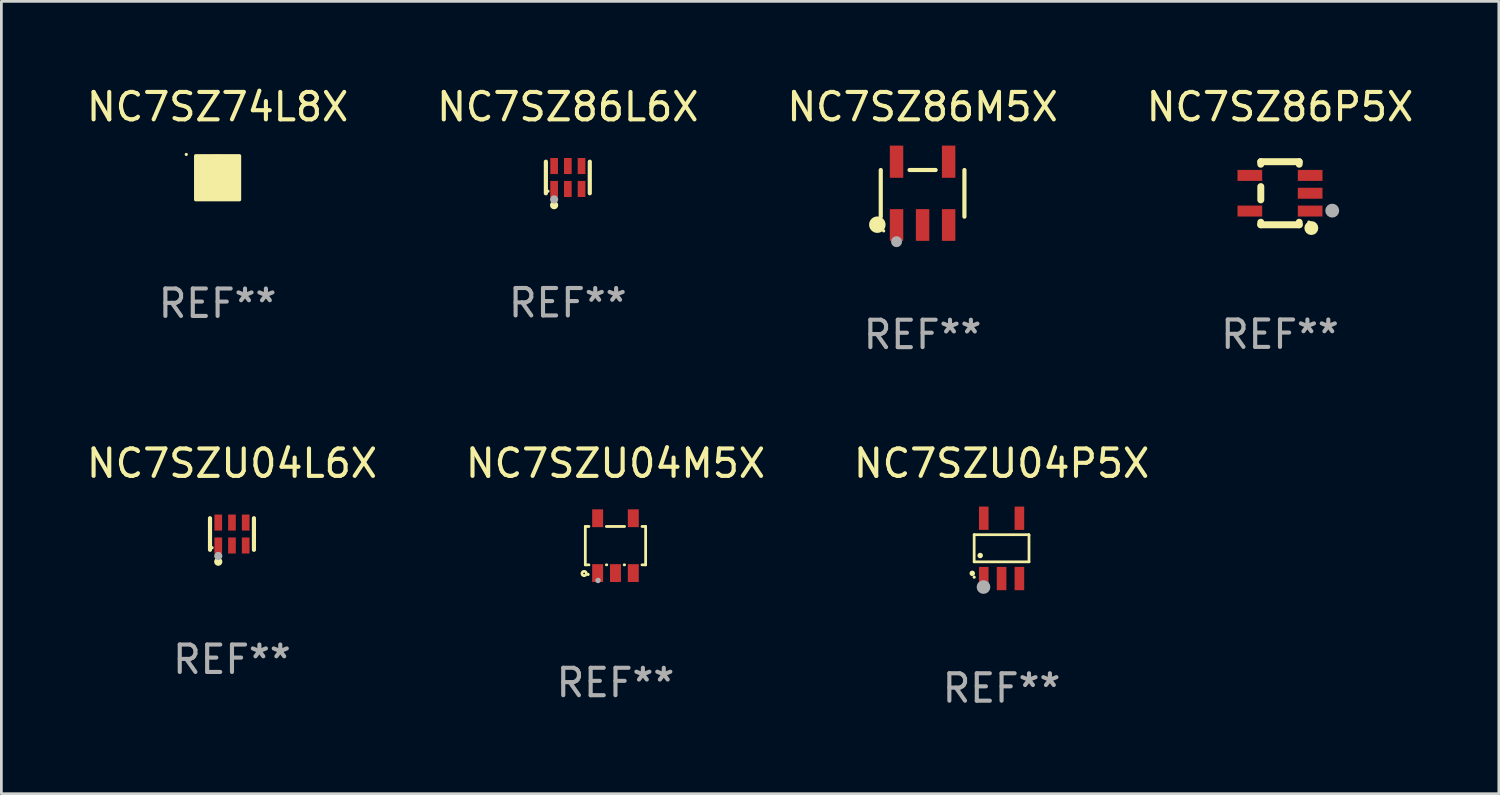
<source format=kicad_pcb>
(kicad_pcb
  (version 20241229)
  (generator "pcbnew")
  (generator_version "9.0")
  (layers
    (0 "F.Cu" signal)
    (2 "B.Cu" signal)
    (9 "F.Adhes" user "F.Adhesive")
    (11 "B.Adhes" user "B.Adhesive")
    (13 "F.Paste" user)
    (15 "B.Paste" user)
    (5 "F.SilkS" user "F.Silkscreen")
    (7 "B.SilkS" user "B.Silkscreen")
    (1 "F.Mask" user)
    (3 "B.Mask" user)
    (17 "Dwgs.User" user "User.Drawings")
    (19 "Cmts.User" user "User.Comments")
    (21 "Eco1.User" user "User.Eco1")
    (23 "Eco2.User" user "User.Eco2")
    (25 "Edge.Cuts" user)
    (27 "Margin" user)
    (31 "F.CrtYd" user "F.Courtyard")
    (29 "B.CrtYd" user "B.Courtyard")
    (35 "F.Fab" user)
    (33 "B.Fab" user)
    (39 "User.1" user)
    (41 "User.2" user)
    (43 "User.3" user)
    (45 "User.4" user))
  (footprint "NC7SZ86L6X"
    (layer "F.Cu")
    (at 17.661 3.424)
    (property "Reference" "NC7SZ86L6X" (at 0 -2.576 0) (layer "F.SilkS") (effects (font (size 1 1) (thickness 0.15))))
    (attr through_hole)
    (fp_line (start -0.801 0.576) (end -0.801 -0.576) (stroke (width 0.152) (type solid)) (layer "F.SilkS"))
    (fp_line (start 0.801 0.576) (end 0.801 -0.576) (stroke (width 0.152) (type solid)) (layer "F.SilkS"))
    (fp_circle (center -0.725 0.5) (end -0.695 0.5) (stroke (width 0.06) (type solid)) (fill no) (layer "F.SilkS"))
    (fp_circle (center -0.5 1.01) (end -0.425 1.01) (stroke (width 0.15) (type solid)) (fill no) (layer "F.SilkS"))
    (fp_circle (center -0.5 0.8) (end -0.425 0.8) (stroke (width 0.15) (type solid)) (fill no) (layer "F.Fab"))
    (fp_text user "REF**" (at 0 4.576 0) (layer "F.Fab") (effects (font (size 1 1) (thickness 0.15))))
    (pad "1" smd rect (at -0.5 0.418) (size 0.28 0.585) (layers "F.Cu" "F.Mask" "F.Paste"))
    (pad "2" smd rect (at 0 0.418) (size 0.28 0.585) (layers "F.Cu" "F.Mask" "F.Paste"))
    (pad "3" smd rect (at 0.5 0.418) (size 0.28 0.585) (layers "F.Cu" "F.Mask" "F.Paste"))
    (pad "4" smd rect (at 0.5 -0.418) (size 0.28 0.585) (layers "F.Cu" "F.Mask" "F.Paste"))
    (pad "5" smd rect (at 0 -0.418) (size 0.28 0.585) (layers "F.Cu" "F.Mask" "F.Paste"))
    (pad "6" smd rect (at -0.5 -0.418) (size 0.28 0.585) (layers "F.Cu" "F.Mask" "F.Paste")))
  (footprint "NC7SZU04L6X"
    (layer "F.Cu")
    (at 5.411 16.428)
    (property "Reference" "NC7SZU04L6X" (at 0 -2.576 0) (layer "F.SilkS") (effects (font (size 1 1) (thickness 0.15))))
    (attr through_hole)
    (fp_line (start -0.801 0.576) (end -0.801 -0.576) (stroke (width 0.152) (type solid)) (layer "F.SilkS"))
    (fp_line (start 0.801 0.576) (end 0.801 -0.576) (stroke (width 0.152) (type solid)) (layer "F.SilkS"))
    (fp_circle (center -0.725 0.5) (end -0.695 0.5) (stroke (width 0.06) (type solid)) (fill no) (layer "F.SilkS"))
    (fp_circle (center -0.5 1.01) (end -0.425 1.01) (stroke (width 0.15) (type solid)) (fill no) (layer "F.SilkS"))
    (fp_circle (center -0.5 0.8) (end -0.425 0.8) (stroke (width 0.15) (type solid)) (fill no) (layer "F.Fab"))
    (fp_text user "REF**" (at 0 4.576 0) (layer "F.Fab") (effects (font (size 1 1) (thickness 0.15))))
    (pad "1" smd rect (at -0.5 0.418) (size 0.28 0.585) (layers "F.Cu" "F.Mask" "F.Paste"))
    (pad "2" smd rect (at 0 0.418) (size 0.28 0.585) (layers "F.Cu" "F.Mask" "F.Paste"))
    (pad "3" smd rect (at 0.5 0.418) (size 0.28 0.585) (layers "F.Cu" "F.Mask" "F.Paste"))
    (pad "4" smd rect (at 0.5 -0.418) (size 0.28 0.585) (layers "F.Cu" "F.Mask" "F.Paste"))
    (pad "5" smd rect (at 0 -0.418) (size 0.28 0.585) (layers "F.Cu" "F.Mask" "F.Paste"))
    (pad "6" smd rect (at -0.5 -0.418) (size 0.28 0.585) (layers "F.Cu" "F.Mask" "F.Paste")))
  (footprint "NC7SZ86M5X"
    (layer "F.Cu")
    (at 30.601 4.002)
    (property "Reference" "NC7SZ86M5X" (at 0 -3.154 0) (layer "F.SilkS") (effects (font (size 1 1) (thickness 0.15))))
    (attr through_hole)
    (fp_line (start -1.526 0.851) (end -1.526 -0.851) (stroke (width 0.152) (type solid)) (layer "F.SilkS"))
    (fp_line (start 0.476 -0.851) (end -0.476 -0.851) (stroke (width 0.152) (type solid)) (layer "F.SilkS"))
    (fp_line (start 1.526 0.851) (end 1.526 -0.851) (stroke (width 0.152) (type solid)) (layer "F.SilkS"))
    (fp_circle (center -1.651 1.143) (end -1.501 1.143) (stroke (width 0.3) (type solid)) (fill no) (layer "F.SilkS"))
    (fp_circle (center -1.42 1.37) (end -1.39 1.37) (stroke (width 0.06) (type solid)) (fill no) (layer "F.SilkS"))
    (fp_circle (center -0.95 1.763) (end -0.85 1.763) (stroke (width 0.2) (type solid)) (fill no) (layer "F.Fab"))
    (fp_text user "REF**" (at 0 5.154 0) (layer "F.Fab") (effects (font (size 1 1) (thickness 0.15))))
    (pad "1" smd rect (at -0.95 1.154) (size 0.49 1.157) (layers "F.Cu" "F.Mask" "F.Paste"))
    (pad "2" smd rect (at 0 1.154) (size 0.49 1.157) (layers "F.Cu" "F.Mask" "F.Paste"))
    (pad "3" smd rect (at 0.95 1.154) (size 0.49 1.157) (layers "F.Cu" "F.Mask" "F.Paste"))
    (pad "4" smd rect (at 0.95 -1.154) (size 0.49 1.175) (layers "F.Cu" "F.Mask" "F.Paste"))
    (pad "5" smd rect (at -0.95 -1.154) (size 0.49 1.175) (layers "F.Cu" "F.Mask" "F.Paste")))
  (footprint "NC7SZ86P5X"
    (layer "F.Cu")
    (at 43.637 3.998)
    (property "Reference" "NC7SZ86P5X" (at 0 -3.15 0) (layer "F.SilkS") (effects (font (size 1 1) (thickness 0.15))))
    (attr through_hole)
    (fp_line (start -0.7 -1.15) (end 0.7 -1.15) (stroke (width 0.254) (type solid)) (layer "F.SilkS"))
    (fp_line (start -0.7 -1.058) (end -0.7 -1.15) (stroke (width 0.254) (type solid)) (layer "F.SilkS"))
    (fp_line (start -0.7 0.242) (end -0.7 -0.242) (stroke (width 0.254) (type solid)) (layer "F.SilkS"))
    (fp_line (start -0.7 1.15) (end -0.7 1.058) (stroke (width 0.254) (type solid)) (layer "F.SilkS"))
    (fp_line (start -0.7 1.15) (end 0.7 1.15) (stroke (width 0.254) (type solid)) (layer "F.SilkS"))
    (fp_line (start 0.7 -1.058) (end 0.7 -1.15) (stroke (width 0.254) (type solid)) (layer "F.SilkS"))
    (fp_line (start 0.7 1.15) (end 0.7 1.058) (stroke (width 0.254) (type solid)) (layer "F.SilkS"))
    (fp_circle (center 1.053 1.052) (end 1.083 1.052) (stroke (width 0.06) (type solid)) (fill no) (layer "F.SilkS"))
    (fp_circle (center 1.143 1.27) (end 1.27 1.27) (stroke (width 0.254) (type solid)) (fill no) (layer "F.SilkS"))
    (fp_circle (center 1.905 0.635) (end 2.032 0.635) (stroke (width 0.254) (type solid)) (fill no) (layer "F.Fab"))
    (fp_text user "REF**" (at 0 5.15 0) (layer "F.Fab") (effects (font (size 1 1) (thickness 0.15))))
    (pad "1" smd rect (at 1.1 0.65 90) (size 0.4 0.9) (layers "F.Cu" "F.Mask" "F.Paste"))
    (pad "2" smd rect (at 1.1 0.000076 90) (size 0.4 0.9) (layers "F.Cu" "F.Mask" "F.Paste"))
    (pad "3" smd rect (at 1.1 -0.65 90) (size 0.4 0.9) (layers "F.Cu" "F.Mask" "F.Paste"))
    (pad "4" smd rect (at -1.1 -0.65 90) (size 0.4 0.9) (layers "F.Cu" "F.Mask" "F.Paste"))
    (pad "5" smd rect (at -1.1 0.65 90) (size 0.4 0.9) (layers "F.Cu" "F.Mask" "F.Paste")))
  (footprint "NC7SZ74L8X"
    (layer "F.Cu")
    (at 4.887 3.433)
    (property "Reference" "NC7SZ74L8X" (at 0 -2.585 0) (layer "F.SilkS") (effects (font (size 1 1) (thickness 0.15))))
    (attr through_hole)
    (fp_circle (center -1.143 -0.85) (end -1.113 -0.85) (stroke (width 0.06) (type solid)) (fill no) (layer "F.SilkS"))
    (fp_poly (pts (xy -0.8 -0.8) (xy 0.8 -0.8) (xy 0.8 0.8) (xy -0.8 0.8)) (stroke (width 0.12) (type solid)) (fill yes) (layer "F.SilkS"))
    (fp_text user "REF**" (at 0 4.585 0) (layer "F.Fab") (effects (font (size 1 1) (thickness 0.15))))
    (pad "1" smd rect (at -0.585 -0.5) (size 0.53 0.3) (layers "F.Cu" "F.Mask" "F.Paste"))
    (pad "2" smd rect (at -0.585 0) (size 0.53 0.3) (layers "F.Cu" "F.Mask" "F.Paste"))
    (pad "3" smd rect (at -0.585 0.5) (size 0.53 0.3) (layers "F.Cu" "F.Mask" "F.Paste"))
    (pad "4" smd rect (at 0 0.585) (size 0.3 0.53) (layers "F.Cu" "F.Mask" "F.Paste"))
    (pad "5" smd rect (at 0.585 0.5) (size 0.53 0.3) (layers "F.Cu" "F.Mask" "F.Paste"))
    (pad "6" smd rect (at 0.585 0) (size 0.53 0.3) (layers "F.Cu" "F.Mask" "F.Paste"))
    (pad "7" smd rect (at 0.585 -0.5) (size 0.53 0.3) (layers "F.Cu" "F.Mask" "F.Paste"))
    (pad "8" smd rect (at 0 -0.585) (size 0.3 0.53) (layers "F.Cu" "F.Mask" "F.Paste")))
  (footprint "NC7SZU04P5X"
    (layer "F.Cu")
    (at 33.482 16.952)
    (property "Reference" "NC7SZU04P5X" (at 0 -3.1 0) (layer "F.SilkS") (effects (font (size 1 1) (thickness 0.15))))
    (attr through_hole)
    (fp_line (start -1 -0.5) (end -1 0.49) (stroke (width 0.1) (type solid)) (layer "F.SilkS"))
    (fp_line (start -1 0.49) (end 1 0.49) (stroke (width 0.1) (type solid)) (layer "F.SilkS"))
    (fp_line (start 0.99 -0.5) (end -1 -0.5) (stroke (width 0.1) (type solid)) (layer "F.SilkS"))
    (fp_line (start 1 -0.49) (end 0.99 -0.5) (stroke (width 0.1) (type solid)) (layer "F.SilkS"))
    (fp_line (start 1 0.49) (end 1 -0.49) (stroke (width 0.1) (type solid)) (layer "F.SilkS"))
    (fp_circle (center -1.07 0.91) (end -1.02 0.91) (stroke (width 0.1) (type solid)) (fill no) (layer "F.SilkS"))
    (fp_circle (center -1 1.05) (end -0.97 1.05) (stroke (width 0.06) (type solid)) (fill no) (layer "F.SilkS"))
    (fp_circle (center -0.78 0.26) (end -0.73 0.26) (stroke (width 0.1) (type solid)) (fill no) (layer "F.SilkS"))
    (fp_circle (center -0.66 1.41) (end -0.535 1.41) (stroke (width 0.25) (type solid)) (fill no) (layer "F.Fab"))
    (fp_text user "REF**" (at 0 5.1 0) (layer "F.Fab") (effects (font (size 1 1) (thickness 0.15))))
    (pad "1" smd rect (at -0.65 1.1) (size 0.35 0.85) (layers "F.Cu" "F.Mask" "F.Paste"))
    (pad "2" smd rect (at 0.000051 1.1) (size 0.35 0.85) (layers "F.Cu" "F.Mask" "F.Paste"))
    (pad "3" smd rect (at 0.65 1.1) (size 0.35 0.85) (layers "F.Cu" "F.Mask" "F.Paste"))
    (pad "4" smd rect (at 0.65 -1.1) (size 0.35 0.85) (layers "F.Cu" "F.Mask" "F.Paste"))
    (pad "5" smd rect (at -0.65 -1.1) (size 0.35 0.85) (layers "F.Cu" "F.Mask" "F.Paste")))
  (footprint "NC7SZU04M5X"
    (layer "F.Cu")
    (at 19.399 16.852)
    (property "Reference" "NC7SZU04M5X" (at 0 -3 0) (layer "F.SilkS") (effects (font (size 1 1) (thickness 0.15))))
    (attr through_hole)
    (fp_line (start -1.1 -0.7) (end -1.1 0.7) (stroke (width 0.101) (type solid)) (layer "F.SilkS"))
    (fp_line (start -1.1 -0.7) (end -0.967 -0.7) (stroke (width 0.101) (type solid)) (layer "F.SilkS"))
    (fp_line (start -1.1 0.7) (end -0.967 0.7) (stroke (width 0.101) (type solid)) (layer "F.SilkS"))
    (fp_line (start -0.333 0.7) (end -0.317 0.7) (stroke (width 0.101) (type solid)) (layer "F.SilkS"))
    (fp_line (start -0.333 -0.7) (end 0.333 -0.7) (stroke (width 0.101) (type solid)) (layer "F.SilkS"))
    (fp_line (start 0.317 0.7) (end 0.333 0.7) (stroke (width 0.101) (type solid)) (layer "F.SilkS"))
    (fp_line (start 0.967 0.7) (end 1.1 0.7) (stroke (width 0.101) (type solid)) (layer "F.SilkS"))
    (fp_line (start 0.967 -0.7) (end 1.1 -0.7) (stroke (width 0.101) (type solid)) (layer "F.SilkS"))
    (fp_line (start 1.1 -0.7) (end 1.1 0.7) (stroke (width 0.101) (type solid)) (layer "F.SilkS"))
    (fp_circle (center -1.143 1.016) (end -1.063 1.016) (stroke (width 0.1) (type solid)) (fill no) (layer "F.SilkS"))
    (fp_circle (center -1 1.05) (end -0.97 1.05) (stroke (width 0.06) (type solid)) (fill no) (layer "F.SilkS"))
    (fp_circle (center -0.635 1.27) (end -0.585 1.27) (stroke (width 0.1) (type solid)) (fill no) (layer "F.Fab"))
    (fp_text user "REF**" (at 0 5 0) (layer "F.Fab") (effects (font (size 1 1) (thickness 0.15))))
    (pad "1" smd rect (at -0.65 1) (size 0.4 0.65) (layers "F.Cu" "F.Mask" "F.Paste"))
    (pad "2" smd rect (at 0 1) (size 0.4 0.65) (layers "F.Cu" "F.Mask" "F.Paste"))
    (pad "3" smd rect (at 0.65 1) (size 0.4 0.65) (layers "F.Cu" "F.Mask" "F.Paste"))
    (pad "4" smd rect (at 0.65 -1) (size 0.4 0.65) (layers "F.Cu" "F.Mask" "F.Paste"))
    (pad "5" smd rect (at -0.65 -1) (size 0.4 0.65) (layers "F.Cu" "F.Mask" "F.Paste")))
  (gr_rect
    (start -3 -3)
    (end 51.619 25.9)
    (stroke (width 0.1) (type default))
    (fill no)
    (layer "Edge.Cuts")))
</source>
